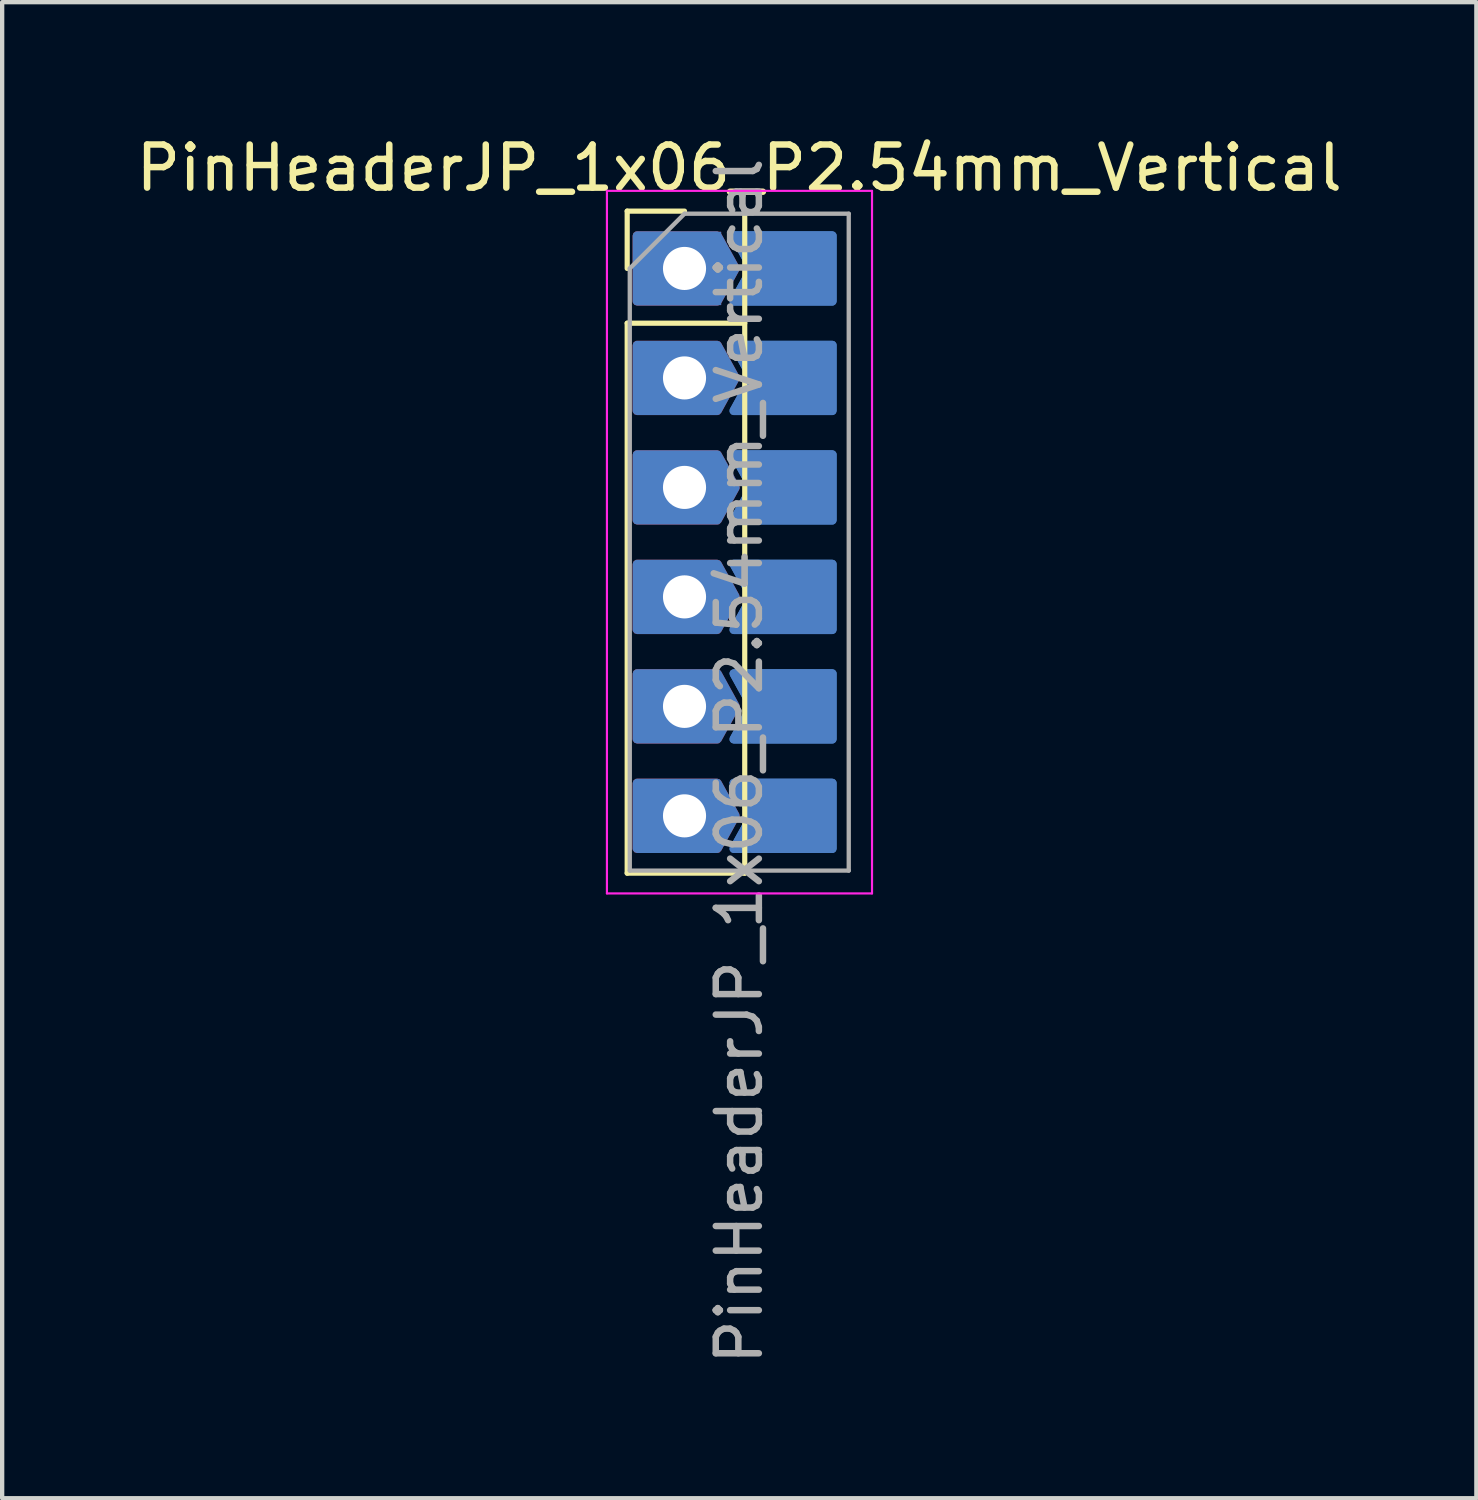
<source format=kicad_pcb>
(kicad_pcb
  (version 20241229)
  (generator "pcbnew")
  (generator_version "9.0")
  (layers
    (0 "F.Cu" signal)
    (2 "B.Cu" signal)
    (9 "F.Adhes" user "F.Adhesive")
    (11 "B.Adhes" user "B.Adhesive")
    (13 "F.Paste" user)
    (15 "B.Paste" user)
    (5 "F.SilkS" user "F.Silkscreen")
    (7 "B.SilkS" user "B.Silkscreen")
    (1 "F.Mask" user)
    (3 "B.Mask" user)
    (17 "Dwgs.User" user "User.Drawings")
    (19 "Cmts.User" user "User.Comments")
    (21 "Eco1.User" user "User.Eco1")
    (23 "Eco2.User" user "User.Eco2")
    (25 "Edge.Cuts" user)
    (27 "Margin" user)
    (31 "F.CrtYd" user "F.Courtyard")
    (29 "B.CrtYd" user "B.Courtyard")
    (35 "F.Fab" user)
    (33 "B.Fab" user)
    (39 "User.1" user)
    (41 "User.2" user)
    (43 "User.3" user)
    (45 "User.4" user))
  (footprint "PinHeaderJP_1x06_P2.54mm_Vertical"
    (layer "F.Cu")
    (at 12.831 3.178)
    (property "Reference" "PinHeaderJP_1x06_P2.54mm_Vertical" (at 1.27 -2.33 0) (layer "F.SilkS") (effects (font (size 1 1) (thickness 0.15))))
    (attr through_hole)
    (fp_poly (pts (xy 1.143 -0.762) (xy 1.563 0) (xy 1.143 0.762) (xy 3.429 0.762) (xy 3.429 -0.762)) (stroke (width 0.2) (type solid)) (fill yes) (layer "B.Cu"))
    (fp_poly (pts (xy 1.143 1.778) (xy 1.563 2.54) (xy 1.143 3.302) (xy 3.429 3.302) (xy 3.429 1.778)) (stroke (width 0.2) (type solid)) (fill yes) (layer "B.Cu"))
    (fp_poly (pts (xy 1.143 4.318) (xy 1.563 5.08) (xy 1.143 5.842) (xy 3.429 5.842) (xy 3.429 4.318)) (stroke (width 0.2) (type solid)) (fill yes) (layer "B.Cu"))
    (fp_poly (pts (xy 1.143 6.858) (xy 1.563 7.62) (xy 1.143 8.382) (xy 3.429 8.382) (xy 3.429 6.858)) (stroke (width 0.2) (type solid)) (fill yes) (layer "B.Cu"))
    (fp_poly (pts (xy 1.143 9.398) (xy 1.563 10.16) (xy 1.143 10.922) (xy 3.429 10.922) (xy 3.429 9.398)) (stroke (width 0.2) (type solid)) (fill yes) (layer "B.Cu"))
    (fp_poly (pts (xy 1.143 11.938) (xy 1.563 12.7) (xy 1.143 13.462) (xy 3.429 13.462) (xy 3.429 11.938)) (stroke (width 0.2) (type solid)) (fill yes) (layer "B.Cu"))
    (fp_line (start -1.33 -1.33) (end 0 -1.33) (stroke (width 0.12) (type solid)) (layer "F.SilkS"))
    (fp_line (start -1.33 0) (end -1.33 -1.33) (stroke (width 0.12) (type solid)) (layer "F.SilkS"))
    (fp_line (start -1.33 1.27) (end -1.33 14.03) (stroke (width 0.12) (type solid)) (layer "F.SilkS"))
    (fp_line (start -1.33 1.27) (end 1.397 1.27) (stroke (width 0.12) (type solid)) (layer "F.SilkS"))
    (fp_line (start -1.33 14.03) (end 1.397 14.03) (stroke (width 0.12) (type solid)) (layer "F.SilkS"))
    (fp_line (start 1.397 -1.33) (end 1.397 14.03) (stroke (width 0.12) (type solid)) (layer "F.SilkS"))
    (fp_line (start -1.8 -1.8) (end -1.8 14.5) (stroke (width 0.05) (type solid)) (layer "F.CrtYd"))
    (fp_line (start -1.8 14.5) (end 4.35 14.5) (stroke (width 0.05) (type solid)) (layer "F.CrtYd"))
    (fp_line (start 4.35 -1.8) (end -1.8 -1.8) (stroke (width 0.05) (type solid)) (layer "F.CrtYd"))
    (fp_line (start 4.35 14.5) (end 4.35 -1.8) (stroke (width 0.05) (type solid)) (layer "F.CrtYd"))
    (fp_line (start -1.27 0) (end 0 -1.27) (stroke (width 0.1) (type solid)) (layer "F.Fab"))
    (fp_line (start -1.27 13.97) (end -1.27 0) (stroke (width 0.1) (type solid)) (layer "F.Fab"))
    (fp_line (start 0 -1.27) (end 3.81 -1.27) (stroke (width 0.1) (type solid)) (layer "F.Fab"))
    (fp_line (start 3.81 -1.27) (end 3.81 13.97) (stroke (width 0.1) (type solid)) (layer "F.Fab"))
    (fp_line (start 3.81 13.97) (end -1.27 13.97) (stroke (width 0.1) (type solid)) (layer "F.Fab"))
    (fp_text user "${REFERENCE}" (at 1.27 11.43 90) (layer "F.Fab") (effects (font (size 1 1) (thickness 0.15))))
    (pad "1" thru_hole custom (at 0 0) (size 1.7 1.7) (drill 1) (layers "*.Cu" "*.Mask") (options (anchor rect)) (primitives (gr_poly (pts (xy -1.104 -0.762) (xy -1.104 0.762) (xy 0.762 0.762) (xy 1.182 0) (xy 0.762 -0.762)) (width 0.2) (fill yes))))
    (pad "2" smd custom (at 2.413 0) (size 1.7 1.7) (layers "B.Cu" "B.Mask" "B.Paste") (options (anchor circle)) (primitives (gr_poly (pts (xy 0.85 0) (xy 0.831 -0.177) (xy 0.777 -0.346) (xy 0.688 -0.5) (xy 0.569 -0.632) (xy 0.425 -0.736) (xy 0.263 -0.808) (xy 0.089 -0.845) (xy -0.089 -0.845) (xy -0.263 -0.808) (xy -0.425 -0.736) (xy -0.569 -0.632) (xy -0.688 -0.5) (xy -0.777 -0.346) (xy -0.831 -0.177) (xy -0.85 0) (xy -0.831 0.177) (xy -0.777 0.346) (xy -0.688 0.5) (xy -0.569 0.632) (xy -0.425 0.736) (xy -0.263 0.808) (xy -0.089 0.845) (xy 0.089 0.845) (xy 0.263 0.808) (xy 0.425 0.736) (xy 0.569 0.632) (xy 0.688 0.5) (xy 0.777 0.346) (xy 0.831 0.177) (xy 0.85 0)) (width 0) (fill yes)) (gr_poly (pts (xy -1.27 -0.762) (xy -0.85 0) (xy -1.27 0.762) (xy 1.016 0.762) (xy 1.016 -0.762)) (width 0.2) (fill yes))))
    (pad "3" thru_hole custom (at 0 2.54) (size 1.7 1.7) (drill 1) (layers "*.Cu" "*.Mask") (options (anchor circle)) (primitives (gr_poly (pts (xy 0.85 0) (xy 0.831 -0.177) (xy 0.777 -0.346) (xy 0.688 -0.5) (xy 0.569 -0.632) (xy 0.425 -0.736) (xy 0.263 -0.808) (xy 0.089 -0.845) (xy -0.089 -0.845) (xy -0.263 -0.808) (xy -0.425 -0.736) (xy -0.569 -0.632) (xy -0.688 -0.5) (xy -0.777 -0.346) (xy -0.831 -0.177) (xy -0.85 0) (xy -0.831 0.177) (xy -0.777 0.346) (xy -0.688 0.5) (xy -0.569 0.632) (xy -0.425 0.736) (xy -0.263 0.808) (xy -0.089 0.845) (xy 0.089 0.845) (xy 0.263 0.808) (xy 0.425 0.736) (xy 0.569 0.632) (xy 0.688 0.5) (xy 0.777 0.346) (xy 0.831 0.177) (xy 0.85 0)) (width 0) (fill yes)) (gr_poly (pts (xy -1.104 -0.762) (xy -1.104 0.762) (xy 0.762 0.762) (xy 1.182 0) (xy 0.762 -0.762)) (width 0.2) (fill yes))))
    (pad "4" smd custom (at 2.413 2.54) (size 1.7 1.7) (layers "B.Cu" "B.Mask" "B.Paste") (options (anchor circle)) (primitives (gr_poly (pts (xy 0.85 0) (xy 0.831 -0.177) (xy 0.777 -0.346) (xy 0.688 -0.5) (xy 0.569 -0.632) (xy 0.425 -0.736) (xy 0.263 -0.808) (xy 0.089 -0.845) (xy -0.089 -0.845) (xy -0.263 -0.808) (xy -0.425 -0.736) (xy -0.569 -0.632) (xy -0.688 -0.5) (xy -0.777 -0.346) (xy -0.831 -0.177) (xy -0.85 0) (xy -0.831 0.177) (xy -0.777 0.346) (xy -0.688 0.5) (xy -0.569 0.632) (xy -0.425 0.736) (xy -0.263 0.808) (xy -0.089 0.845) (xy 0.089 0.845) (xy 0.263 0.808) (xy 0.425 0.736) (xy 0.569 0.632) (xy 0.688 0.5) (xy 0.777 0.346) (xy 0.831 0.177) (xy 0.85 0)) (width 0) (fill yes)) (gr_poly (pts (xy -1.27 -0.762) (xy -0.85 0) (xy -1.27 0.762) (xy 1.016 0.762) (xy 1.016 -0.762)) (width 0.2) (fill yes))))
    (pad "5" thru_hole custom (at 0 5.08) (size 1.7 1.7) (drill 1) (layers "*.Cu" "*.Mask") (options (anchor circle)) (primitives (gr_poly (pts (xy 0.85 0) (xy 0.831 -0.177) (xy 0.777 -0.346) (xy 0.688 -0.5) (xy 0.569 -0.632) (xy 0.425 -0.736) (xy 0.263 -0.808) (xy 0.089 -0.845) (xy -0.089 -0.845) (xy -0.263 -0.808) (xy -0.425 -0.736) (xy -0.569 -0.632) (xy -0.688 -0.5) (xy -0.777 -0.346) (xy -0.831 -0.177) (xy -0.85 0) (xy -0.831 0.177) (xy -0.777 0.346) (xy -0.688 0.5) (xy -0.569 0.632) (xy -0.425 0.736) (xy -0.263 0.808) (xy -0.089 0.845) (xy 0.089 0.845) (xy 0.263 0.808) (xy 0.425 0.736) (xy 0.569 0.632) (xy 0.688 0.5) (xy 0.777 0.346) (xy 0.831 0.177) (xy 0.85 0)) (width 0) (fill yes)) (gr_poly (pts (xy -1.104 -0.762) (xy -1.104 0.762) (xy 0.762 0.762) (xy 1.182 0) (xy 0.762 -0.762)) (width 0.2) (fill yes))))
    (pad "6" smd custom (at 2.413 5.08) (size 1.7 1.7) (layers "B.Cu" "B.Mask" "B.Paste") (options (anchor circle)) (primitives (gr_poly (pts (xy 0.85 0) (xy 0.831 -0.177) (xy 0.777 -0.346) (xy 0.688 -0.5) (xy 0.569 -0.632) (xy 0.425 -0.736) (xy 0.263 -0.808) (xy 0.089 -0.845) (xy -0.089 -0.845) (xy -0.263 -0.808) (xy -0.425 -0.736) (xy -0.569 -0.632) (xy -0.688 -0.5) (xy -0.777 -0.346) (xy -0.831 -0.177) (xy -0.85 0) (xy -0.831 0.177) (xy -0.777 0.346) (xy -0.688 0.5) (xy -0.569 0.632) (xy -0.425 0.736) (xy -0.263 0.808) (xy -0.089 0.845) (xy 0.089 0.845) (xy 0.263 0.808) (xy 0.425 0.736) (xy 0.569 0.632) (xy 0.688 0.5) (xy 0.777 0.346) (xy 0.831 0.177) (xy 0.85 0)) (width 0) (fill yes)) (gr_poly (pts (xy -1.27 -0.762) (xy -0.85 0) (xy -1.27 0.762) (xy 1.016 0.762) (xy 1.016 -0.762)) (width 0.2) (fill yes))))
    (pad "7" thru_hole custom (at 0 7.62) (size 1.7 1.7) (drill 1) (layers "*.Cu" "*.Mask") (options (anchor circle)) (primitives (gr_poly (pts (xy 0.85 0) (xy 0.831 -0.177) (xy 0.777 -0.346) (xy 0.688 -0.5) (xy 0.569 -0.632) (xy 0.425 -0.736) (xy 0.263 -0.808) (xy 0.089 -0.845) (xy -0.089 -0.845) (xy -0.263 -0.808) (xy -0.425 -0.736) (xy -0.569 -0.632) (xy -0.688 -0.5) (xy -0.777 -0.346) (xy -0.831 -0.177) (xy -0.85 0) (xy -0.831 0.177) (xy -0.777 0.346) (xy -0.688 0.5) (xy -0.569 0.632) (xy -0.425 0.736) (xy -0.263 0.808) (xy -0.089 0.845) (xy 0.089 0.845) (xy 0.263 0.808) (xy 0.425 0.736) (xy 0.569 0.632) (xy 0.688 0.5) (xy 0.777 0.346) (xy 0.831 0.177) (xy 0.85 0)) (width 0) (fill yes)) (gr_poly (pts (xy -1.104 -0.762) (xy -1.104 0.762) (xy 0.762 0.762) (xy 1.182 0) (xy 0.762 -0.762)) (width 0.2) (fill yes))))
    (pad "8" smd custom (at 2.413 7.62) (size 1.7 1.7) (layers "B.Cu" "B.Mask" "B.Paste") (options (anchor circle)) (primitives (gr_poly (pts (xy 0.85 0) (xy 0.831 -0.177) (xy 0.777 -0.346) (xy 0.688 -0.5) (xy 0.569 -0.632) (xy 0.425 -0.736) (xy 0.263 -0.808) (xy 0.089 -0.845) (xy -0.089 -0.845) (xy -0.263 -0.808) (xy -0.425 -0.736) (xy -0.569 -0.632) (xy -0.688 -0.5) (xy -0.777 -0.346) (xy -0.831 -0.177) (xy -0.85 0) (xy -0.831 0.177) (xy -0.777 0.346) (xy -0.688 0.5) (xy -0.569 0.632) (xy -0.425 0.736) (xy -0.263 0.808) (xy -0.089 0.845) (xy 0.089 0.845) (xy 0.263 0.808) (xy 0.425 0.736) (xy 0.569 0.632) (xy 0.688 0.5) (xy 0.777 0.346) (xy 0.831 0.177) (xy 0.85 0)) (width 0) (fill yes)) (gr_poly (pts (xy -1.27 -0.762) (xy -0.85 0) (xy -1.27 0.762) (xy 1.016 0.762) (xy 1.016 -0.762)) (width 0.2) (fill yes))))
    (pad "9" thru_hole custom (at 0 10.16) (size 1.7 1.7) (drill 1) (layers "*.Cu" "*.Mask") (options (anchor circle)) (primitives (gr_poly (pts (xy 0.85 0) (xy 0.831 -0.177) (xy 0.777 -0.346) (xy 0.688 -0.5) (xy 0.569 -0.632) (xy 0.425 -0.736) (xy 0.263 -0.808) (xy 0.089 -0.845) (xy -0.089 -0.845) (xy -0.263 -0.808) (xy -0.425 -0.736) (xy -0.569 -0.632) (xy -0.688 -0.5) (xy -0.777 -0.346) (xy -0.831 -0.177) (xy -0.85 0) (xy -0.831 0.177) (xy -0.777 0.346) (xy -0.688 0.5) (xy -0.569 0.632) (xy -0.425 0.736) (xy -0.263 0.808) (xy -0.089 0.845) (xy 0.089 0.845) (xy 0.263 0.808) (xy 0.425 0.736) (xy 0.569 0.632) (xy 0.688 0.5) (xy 0.777 0.346) (xy 0.831 0.177) (xy 0.85 0)) (width 0) (fill yes)) (gr_poly (pts (xy -1.104 -0.762) (xy -1.104 0.762) (xy 0.762 0.762) (xy 1.182 0) (xy 0.762 -0.762)) (width 0.2) (fill yes))))
    (pad "10" smd custom (at 2.413 10.16) (size 1.7 1.7) (layers "B.Cu" "B.Mask" "B.Paste") (options (anchor circle)) (primitives (gr_poly (pts (xy 0.85 0) (xy 0.831 -0.177) (xy 0.777 -0.346) (xy 0.688 -0.5) (xy 0.569 -0.632) (xy 0.425 -0.736) (xy 0.263 -0.808) (xy 0.089 -0.845) (xy -0.089 -0.845) (xy -0.263 -0.808) (xy -0.425 -0.736) (xy -0.569 -0.632) (xy -0.688 -0.5) (xy -0.777 -0.346) (xy -0.831 -0.177) (xy -0.85 0) (xy -0.831 0.177) (xy -0.777 0.346) (xy -0.688 0.5) (xy -0.569 0.632) (xy -0.425 0.736) (xy -0.263 0.808) (xy -0.089 0.845) (xy 0.089 0.845) (xy 0.263 0.808) (xy 0.425 0.736) (xy 0.569 0.632) (xy 0.688 0.5) (xy 0.777 0.346) (xy 0.831 0.177) (xy 0.85 0)) (width 0) (fill yes)) (gr_poly (pts (xy -1.27 -0.762) (xy -0.85 0) (xy -1.27 0.762) (xy 1.016 0.762) (xy 1.016 -0.762)) (width 0.2) (fill yes))))
    (pad "11" thru_hole custom (at 0 12.7) (size 1.7 1.7) (drill 1) (layers "*.Cu" "*.Mask") (options (anchor circle)) (primitives (gr_poly (pts (xy 0.85 0) (xy 0.831 -0.177) (xy 0.777 -0.346) (xy 0.688 -0.5) (xy 0.569 -0.632) (xy 0.425 -0.736) (xy 0.263 -0.808) (xy 0.089 -0.845) (xy -0.089 -0.845) (xy -0.263 -0.808) (xy -0.425 -0.736) (xy -0.569 -0.632) (xy -0.688 -0.5) (xy -0.777 -0.346) (xy -0.831 -0.177) (xy -0.85 0) (xy -0.831 0.177) (xy -0.777 0.346) (xy -0.688 0.5) (xy -0.569 0.632) (xy -0.425 0.736) (xy -0.263 0.808) (xy -0.089 0.845) (xy 0.089 0.845) (xy 0.263 0.808) (xy 0.425 0.736) (xy 0.569 0.632) (xy 0.688 0.5) (xy 0.777 0.346) (xy 0.831 0.177) (xy 0.85 0)) (width 0) (fill yes)) (gr_poly (pts (xy -1.104 -0.762) (xy -1.104 0.762) (xy 0.762 0.762) (xy 1.182 0) (xy 0.762 -0.762)) (width 0.2) (fill yes))))
    (pad "12" smd custom (at 2.413 12.7) (size 1.7 1.7) (layers "B.Cu" "B.Mask" "B.Paste") (options (anchor circle)) (primitives (gr_poly (pts (xy 0.85 0) (xy 0.831 -0.177) (xy 0.777 -0.346) (xy 0.688 -0.5) (xy 0.569 -0.632) (xy 0.425 -0.736) (xy 0.263 -0.808) (xy 0.089 -0.845) (xy -0.089 -0.845) (xy -0.263 -0.808) (xy -0.425 -0.736) (xy -0.569 -0.632) (xy -0.688 -0.5) (xy -0.777 -0.346) (xy -0.831 -0.177) (xy -0.85 0) (xy -0.831 0.177) (xy -0.777 0.346) (xy -0.688 0.5) (xy -0.569 0.632) (xy -0.425 0.736) (xy -0.263 0.808) (xy -0.089 0.845) (xy 0.089 0.845) (xy 0.263 0.808) (xy 0.425 0.736) (xy 0.569 0.632) (xy 0.688 0.5) (xy 0.777 0.346) (xy 0.831 0.177) (xy 0.85 0)) (width 0) (fill yes)) (gr_poly (pts (xy -1.27 -0.762) (xy -0.85 0) (xy -1.27 0.762) (xy 1.016 0.762) (xy 1.016 -0.762)) (width 0.2) (fill yes)))))
  (gr_rect
    (start -3 -3)
    (end 31.202 31.709)
    (stroke (width 0.1) (type default))
    (fill no)
    (layer "Edge.Cuts")))
</source>
